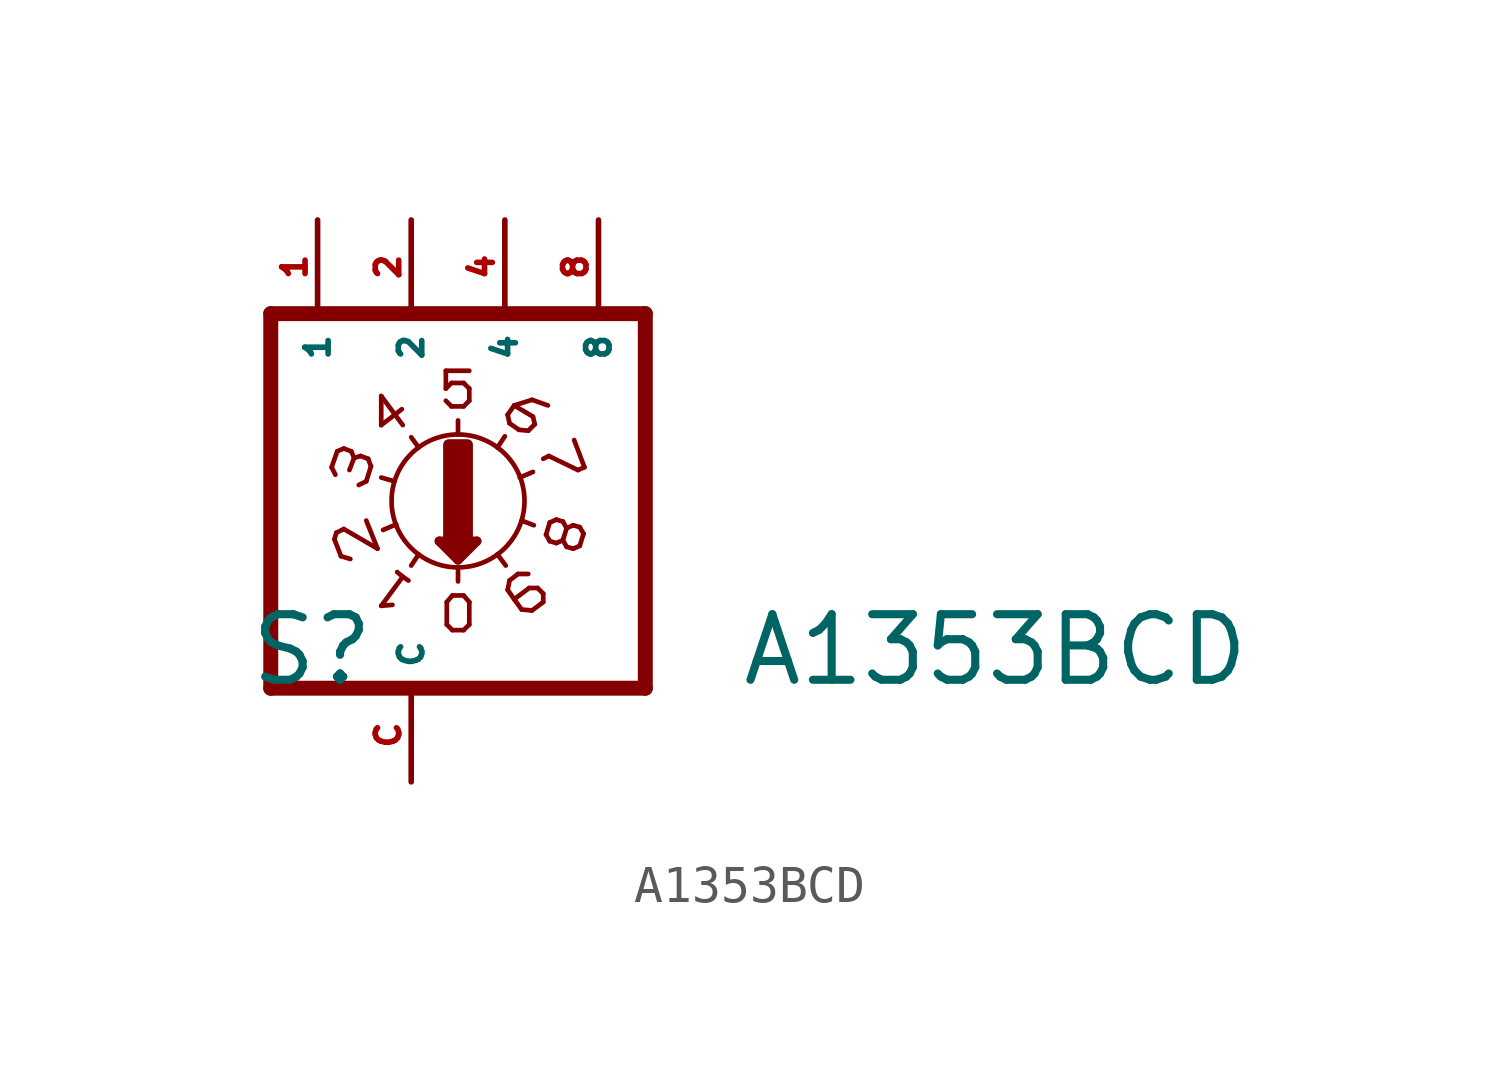
<source format=kicad_sym>
(kicad_symbol_lib
  (version 20220914)
  (generator Eagle2Kicad)
  (symbol "A1353BCD"
    (property "Reference" "S"
      (at -4.445 -5.08 0)
      (effects (font (size 1.778 1.778) (thickness 0.22)) (justify left bottom)))
    (property "Value" "A1353BCD"
      (at 8.89 -5.08 0)
      (effects (font (size 1.778 1.778) (thickness 0.22)) (justify left bottom)))
    (polyline
      (pts (xy 6.35 -5.08) (xy 6.35 5.08))
      (stroke (width 0.406) (type default))
      (fill (type none)))
    (polyline
      (pts (xy 1.27 1.803) (xy 1.27 2.184))
      (stroke (width 0.127) (type default))
      (fill (type none)))
    (polyline
      (pts (xy 0.762 -1.092) (xy 1.27 -1.6))
      (stroke (width 0.254) (type default))
      (fill (type none)))
    (polyline
      (pts (xy 1.27 -1.6) (xy 1.778 -1.092))
      (stroke (width 0.254) (type default))
      (fill (type none)))
    (polyline
      (pts (xy 1.778 -1.092) (xy 0.762 -1.092))
      (stroke (width 0.254) (type default))
      (fill (type none)))
    (polyline
      (pts (xy 1.27 -1.829) (xy 1.27 -2.184))
      (stroke (width 0.127) (type default))
      (fill (type none)))
    (polyline
      (pts (xy 1.016 -1.219) (xy 1.524 -1.219))
      (stroke (width 0.254) (type default))
      (fill (type none)))
    (polyline
      (pts (xy 1.27 -1.473) (xy 1.27 -1.346))
      (stroke (width 0.254) (type default))
      (fill (type none)))
    (polyline
      (pts (xy -3.81 -5.08) (xy -3.81 5.08))
      (stroke (width 0.406) (type default))
      (fill (type none)))
    (polyline
      (pts (xy 1.118 -3.505) (xy 1.422 -3.505))
      (stroke (width 0.127) (type default))
      (fill (type none)))
    (polyline
      (pts (xy 1.422 -3.505) (xy 1.575 -3.353))
      (stroke (width 0.127) (type default))
      (fill (type none)))
    (polyline
      (pts (xy 1.575 -3.353) (xy 1.575 -2.743))
      (stroke (width 0.127) (type default))
      (fill (type none)))
    (polyline
      (pts (xy 1.575 -2.743) (xy 1.422 -2.565))
      (stroke (width 0.127) (type default))
      (fill (type none)))
    (polyline
      (pts (xy 1.422 -2.565) (xy 1.118 -2.565))
      (stroke (width 0.127) (type default))
      (fill (type none)))
    (polyline
      (pts (xy 1.118 -2.565) (xy 0.965 -2.743))
      (stroke (width 0.127) (type default))
      (fill (type none)))
    (polyline
      (pts (xy 0.965 -2.743) (xy 0.965 -3.353))
      (stroke (width 0.127) (type default))
      (fill (type none)))
    (polyline
      (pts (xy 0.965 -3.353) (xy 1.118 -3.505))
      (stroke (width 0.127) (type default))
      (fill (type none)))
    (polyline
      (pts (xy 0.94 2.718) (xy 1.092 2.565))
      (stroke (width 0.127) (type default))
      (fill (type none)))
    (polyline
      (pts (xy 1.092 2.565) (xy 1.422 2.565))
      (stroke (width 0.127) (type default))
      (fill (type none)))
    (polyline
      (pts (xy 1.422 2.565) (xy 1.575 2.718))
      (stroke (width 0.127) (type default))
      (fill (type none)))
    (polyline
      (pts (xy 1.575 3.048) (xy 1.575 2.718))
      (stroke (width 0.127) (type default))
      (fill (type none)))
    (polyline
      (pts (xy 1.575 3.048) (xy 1.422 3.2))
      (stroke (width 0.127) (type default))
      (fill (type none)))
    (polyline
      (pts (xy 1.422 3.2) (xy 1.092 3.2))
      (stroke (width 0.127) (type default))
      (fill (type none)))
    (polyline
      (pts (xy 1.092 3.2) (xy 0.94 3.048))
      (stroke (width 0.127) (type default))
      (fill (type none)))
    (polyline
      (pts (xy 0.94 3.048) (xy 0.94 3.531))
      (stroke (width 0.127) (type default))
      (fill (type none)))
    (polyline
      (pts (xy 1.575 3.531) (xy 0.94 3.531))
      (stroke (width 0.127) (type default))
      (fill (type none)))
    (polyline
      (pts (xy -0.381 -1.93) (xy -0.229 -2.057))
      (stroke (width 0.127) (type default))
      (fill (type none)))
    (polyline
      (pts (xy 0.203 -1.448) (xy 0 -1.753))
      (stroke (width 0.127) (type default))
      (fill (type none)))
    (polyline
      (pts (xy -0.229 -2.057) (xy -0.813 -2.845))
      (stroke (width 0.127) (type default))
      (fill (type none)))
    (polyline
      (pts (xy -0.229 -2.057) (xy -0.076 -2.159))
      (stroke (width 0.127) (type default))
      (fill (type none)))
    (polyline
      (pts (xy -0.813 -2.845) (xy -0.508 -2.819))
      (stroke (width 0.127) (type default))
      (fill (type none)))
    (polyline
      (pts (xy -1.219 -0.533) (xy -0.914 -1.295))
      (stroke (width 0.127) (type default))
      (fill (type none)))
    (polyline
      (pts (xy -0.914 -1.295) (xy -1.829 -0.762))
      (stroke (width 0.127) (type default))
      (fill (type none)))
    (polyline
      (pts (xy -1.829 -0.762) (xy -2.032 -0.864))
      (stroke (width 0.127) (type default))
      (fill (type none)))
    (polyline
      (pts (xy -2.032 -0.864) (xy -2.083 -1.041))
      (stroke (width 0.127) (type default))
      (fill (type none)))
    (polyline
      (pts (xy -2.083 -1.041) (xy -1.905 -1.499))
      (stroke (width 0.127) (type default))
      (fill (type none)))
    (polyline
      (pts (xy -1.905 -1.499) (xy -1.651 -1.575))
      (stroke (width 0.127) (type default))
      (fill (type none)))
    (polyline
      (pts (xy -0.406 -0.635) (xy -0.762 -0.787))
      (stroke (width 0.127) (type default))
      (fill (type none)))
    (polyline
      (pts (xy -0.457 0.533) (xy -0.813 0.635))
      (stroke (width 0.127) (type default))
      (fill (type none)))
    (polyline
      (pts (xy -1.219 0.533) (xy -1.092 0.94))
      (stroke (width 0.127) (type default))
      (fill (type none)))
    (polyline
      (pts (xy -1.092 0.94) (xy -1.168 1.143))
      (stroke (width 0.127) (type default))
      (fill (type none)))
    (polyline
      (pts (xy -1.168 1.143) (xy -1.372 1.219))
      (stroke (width 0.127) (type default))
      (fill (type none)))
    (polyline
      (pts (xy -1.549 1.168) (xy -1.626 1.346))
      (stroke (width 0.127) (type default))
      (fill (type none)))
    (polyline
      (pts (xy -1.549 1.168) (xy -1.676 0.838))
      (stroke (width 0.127) (type default))
      (fill (type none)))
    (polyline
      (pts (xy -1.626 1.346) (xy -1.829 1.422))
      (stroke (width 0.127) (type default))
      (fill (type none)))
    (polyline
      (pts (xy -1.829 1.422) (xy -2.007 1.346))
      (stroke (width 0.127) (type default))
      (fill (type none)))
    (polyline
      (pts (xy -2.007 1.346) (xy -2.159 0.914))
      (stroke (width 0.127) (type default))
      (fill (type none)))
    (polyline
      (pts (xy -2.159 0.914) (xy -2.057 0.711))
      (stroke (width 0.127) (type default))
      (fill (type none)))
    (polyline
      (pts (xy -1.219 0.533) (xy -1.422 0.432))
      (stroke (width 0.127) (type default))
      (fill (type none)))
    (polyline
      (pts (xy -1.372 1.219) (xy -1.549 1.168))
      (stroke (width 0.127) (type default))
      (fill (type none)))
    (polyline
      (pts (xy -0.813 2.845) (xy -0.813 2.057))
      (stroke (width 0.127) (type default))
      (fill (type none)))
    (polyline
      (pts (xy -0.813 2.057) (xy -0.254 2.489))
      (stroke (width 0.127) (type default))
      (fill (type none)))
    (polyline
      (pts (xy -0.813 2.845) (xy -0.229 2.057))
      (stroke (width 0.127) (type default))
      (fill (type none)))
    (polyline
      (pts (xy 0.203 1.448) (xy 0 1.727))
      (stroke (width 0.127) (type default))
      (fill (type none)))
    (polyline
      (pts (xy 2.337 1.448) (xy 2.54 1.753))
      (stroke (width 0.127) (type default))
      (fill (type none)))
    (polyline
      (pts (xy 2.946 0.635) (xy 3.302 0.787))
      (stroke (width 0.127) (type default))
      (fill (type none)))
    (polyline
      (pts (xy 2.667 2.108) (xy 2.921 1.93))
      (stroke (width 0.127) (type default))
      (fill (type none)))
    (polyline
      (pts (xy 2.921 1.93) (xy 3.175 1.905))
      (stroke (width 0.127) (type default))
      (fill (type none)))
    (polyline
      (pts (xy 3.175 1.905) (xy 3.353 2.083))
      (stroke (width 0.127) (type default))
      (fill (type none)))
    (polyline
      (pts (xy 3.353 2.083) (xy 3.302 2.286))
      (stroke (width 0.127) (type default))
      (fill (type none)))
    (polyline
      (pts (xy 3.302 2.286) (xy 2.794 2.591))
      (stroke (width 0.127) (type default))
      (fill (type none)))
    (polyline
      (pts (xy 2.794 2.591) (xy 3.277 2.743))
      (stroke (width 0.127) (type default))
      (fill (type none)))
    (polyline
      (pts (xy 3.277 2.743) (xy 3.708 2.591))
      (stroke (width 0.127) (type default))
      (fill (type none)))
    (polyline
      (pts (xy 2.667 2.108) (xy 2.616 2.337))
      (stroke (width 0.127) (type default))
      (fill (type none)))
    (polyline
      (pts (xy 2.616 2.337) (xy 2.794 2.591))
      (stroke (width 0.127) (type default))
      (fill (type none)))
    (polyline
      (pts (xy 4.42 1.651) (xy 4.699 0.914))
      (stroke (width 0.127) (type default))
      (fill (type none)))
    (polyline
      (pts (xy 4.699 0.914) (xy 4.521 0.838))
      (stroke (width 0.127) (type default))
      (fill (type none)))
    (polyline
      (pts (xy 4.521 0.838) (xy 3.734 1.219))
      (stroke (width 0.127) (type default))
      (fill (type none)))
    (polyline
      (pts (xy 3.734 1.219) (xy 3.581 1.143))
      (stroke (width 0.127) (type default))
      (fill (type none)))
    (polyline
      (pts (xy 4.216 -0.737) (xy 4.115 -0.559))
      (stroke (width 0.127) (type default))
      (fill (type none)))
    (polyline
      (pts (xy 4.115 -0.559) (xy 3.937 -0.508))
      (stroke (width 0.127) (type default))
      (fill (type none)))
    (polyline
      (pts (xy 3.937 -0.508) (xy 3.759 -0.584))
      (stroke (width 0.127) (type default))
      (fill (type none)))
    (polyline
      (pts (xy 4.115 -1.067) (xy 4.216 -0.737))
      (stroke (width 0.127) (type default))
      (fill (type none)))
    (polyline
      (pts (xy 3.759 -0.584) (xy 3.658 -0.914))
      (stroke (width 0.127) (type default))
      (fill (type none)))
    (polyline
      (pts (xy 3.658 -0.914) (xy 3.759 -1.092))
      (stroke (width 0.127) (type default))
      (fill (type none)))
    (polyline
      (pts (xy 3.759 -1.092) (xy 3.937 -1.143))
      (stroke (width 0.127) (type default))
      (fill (type none)))
    (polyline
      (pts (xy 3.937 -1.143) (xy 4.115 -1.067))
      (stroke (width 0.127) (type default))
      (fill (type none)))
    (polyline
      (pts (xy 4.674 -0.889) (xy 4.572 -0.711))
      (stroke (width 0.127) (type default))
      (fill (type none)))
    (polyline
      (pts (xy 4.572 -0.711) (xy 4.394 -0.66))
      (stroke (width 0.127) (type default))
      (fill (type none)))
    (polyline
      (pts (xy 4.394 -0.66) (xy 4.216 -0.737))
      (stroke (width 0.127) (type default))
      (fill (type none)))
    (polyline
      (pts (xy 4.572 -1.219) (xy 4.674 -0.889))
      (stroke (width 0.127) (type default))
      (fill (type none)))
    (polyline
      (pts (xy 4.115 -1.067) (xy 4.216 -1.245))
      (stroke (width 0.127) (type default))
      (fill (type none)))
    (polyline
      (pts (xy 4.216 -1.245) (xy 4.394 -1.295))
      (stroke (width 0.127) (type default))
      (fill (type none)))
    (polyline
      (pts (xy 4.394 -1.295) (xy 4.572 -1.219))
      (stroke (width 0.127) (type default))
      (fill (type none)))
    (polyline
      (pts (xy 2.667 -2.159) (xy 2.896 -1.981))
      (stroke (width 0.127) (type default))
      (fill (type none)))
    (polyline
      (pts (xy 2.896 -1.981) (xy 3.175 -1.981))
      (stroke (width 0.127) (type default))
      (fill (type none)))
    (polyline
      (pts (xy 2.667 -2.159) (xy 2.616 -2.413))
      (stroke (width 0.127) (type default))
      (fill (type none)))
    (polyline
      (pts (xy 2.616 -2.413) (xy 2.794 -2.667))
      (stroke (width 0.127) (type default))
      (fill (type none)))
    (polyline
      (pts (xy 2.997 -2.946) (xy 3.277 -2.972))
      (stroke (width 0.127) (type default))
      (fill (type none)))
    (polyline
      (pts (xy 3.277 -2.972) (xy 3.581 -2.743))
      (stroke (width 0.127) (type default))
      (fill (type none)))
    (polyline
      (pts (xy 3.581 -2.743) (xy 3.581 -2.515))
      (stroke (width 0.127) (type default))
      (fill (type none)))
    (polyline
      (pts (xy 3.581 -2.515) (xy 3.429 -2.362))
      (stroke (width 0.127) (type default))
      (fill (type none)))
    (polyline
      (pts (xy 3.429 -2.362) (xy 3.2 -2.362))
      (stroke (width 0.127) (type default))
      (fill (type none)))
    (polyline
      (pts (xy 3.2 -2.362) (xy 2.794 -2.667))
      (stroke (width 0.127) (type default))
      (fill (type none)))
    (polyline
      (pts (xy 2.794 -2.667) (xy 2.997 -2.946))
      (stroke (width 0.127) (type default))
      (fill (type none)))
    (polyline
      (pts (xy 2.997 -0.533) (xy 3.327 -0.66))
      (stroke (width 0.127) (type default))
      (fill (type none)))
    (polyline
      (pts (xy 2.337 -1.448) (xy 2.565 -1.753))
      (stroke (width 0.127) (type default))
      (fill (type none)))
    (polyline
      (pts (xy -3.81 -5.08) (xy 6.35 -5.08))
      (stroke (width 0.406) (type default))
      (fill (type none)))
    (polyline
      (pts (xy 6.35 5.08) (xy -3.81 5.08))
      (stroke (width 0.406) (type default))
      (fill (type none)))
    (circle
      (center 1.27 0)
      (radius 1.803)
      (stroke (width 0.127) (type default))
      (fill (type none)))
    (rectangle
      (start 1.016 -1.016)
      (end 1.524 1.524)
      (stroke (width 0.3) (type default))
      (fill (type outline)))
    (pin passive line
      (at 5.08 7.62 270)
      (length 2.54)
      (name "8" (effects (font (size 0.635 0.635) (thickness 0.08)) (justify left bottom)))
      (number "8" (effects (font (size 0.635 0.635) (thickness 0.08)) (justify left bottom))))
    (pin passive line
      (at 2.54 7.62 270)
      (length 2.54)
      (name "4" (effects (font (size 0.635 0.635) (thickness 0.08)) (justify left bottom)))
      (number "4" (effects (font (size 0.635 0.635) (thickness 0.08)) (justify left bottom))))
    (pin passive line
      (at 0 7.62 270)
      (length 2.54)
      (name "2" (effects (font (size 0.635 0.635) (thickness 0.08)) (justify left bottom)))
      (number "2" (effects (font (size 0.635 0.635) (thickness 0.08)) (justify left bottom))))
    (pin passive line
      (at -2.54 7.62 270)
      (length 2.54)
      (name "1" (effects (font (size 0.635 0.635) (thickness 0.08)) (justify left bottom)))
      (number "1" (effects (font (size 0.635 0.635) (thickness 0.08)) (justify left bottom))))
    (pin passive line
      (at 0 -7.62 90)
      (length 2.54)
      (name "C" (effects (font (size 0.635 0.635) (thickness 0.08)) (justify left bottom)))
      (number "C" (effects (font (size 0.635 0.635) (thickness 0.08)) (justify left bottom))))))
</source>
